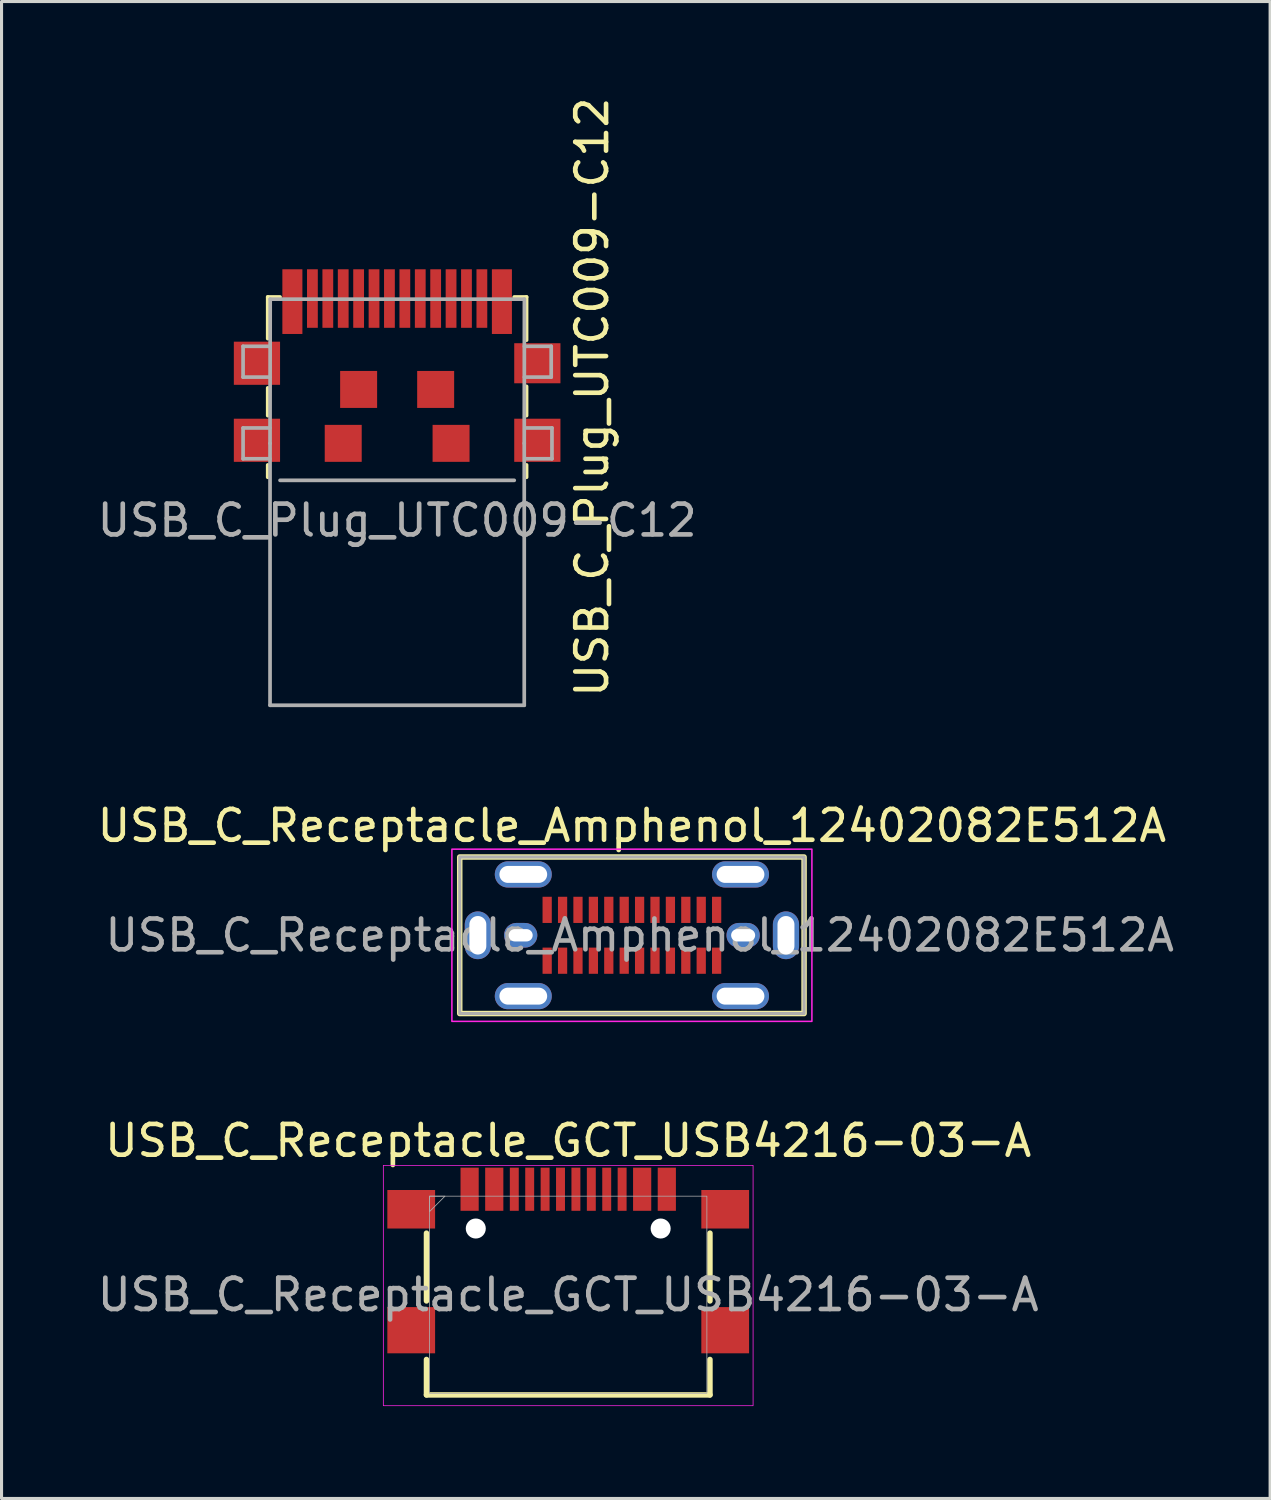
<source format=kicad_pcb>
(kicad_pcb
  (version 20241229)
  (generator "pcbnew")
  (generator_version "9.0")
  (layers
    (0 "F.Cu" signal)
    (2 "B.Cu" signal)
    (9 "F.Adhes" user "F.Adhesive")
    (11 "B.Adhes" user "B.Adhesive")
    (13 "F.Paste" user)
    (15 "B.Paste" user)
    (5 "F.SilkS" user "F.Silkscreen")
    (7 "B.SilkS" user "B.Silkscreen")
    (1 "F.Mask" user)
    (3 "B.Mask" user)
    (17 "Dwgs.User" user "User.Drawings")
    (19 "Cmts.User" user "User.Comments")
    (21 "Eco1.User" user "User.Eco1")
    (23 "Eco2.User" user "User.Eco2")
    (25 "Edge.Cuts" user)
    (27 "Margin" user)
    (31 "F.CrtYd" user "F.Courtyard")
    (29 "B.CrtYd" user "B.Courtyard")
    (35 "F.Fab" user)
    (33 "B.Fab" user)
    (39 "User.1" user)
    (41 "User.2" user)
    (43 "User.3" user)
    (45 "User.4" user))
  (footprint "USB_C_Plug_UTC009-C12"
    (layer "F.Cu")
    (at 9.839 6.839)
    (property "Reference" "USB_C_Plug_UTC009-C12" (at 6.325 3 90) (layer "F.SilkS") (effects (font (size 1 1) (thickness 0.15))))
    (attr smd)
    (fp_line (start -4.2 -0.25) (end -4.2 1.1) (stroke (width 0.12) (type solid)) (layer "F.SilkS"))
    (fp_line (start -4.2 2.7) (end -4.2 3.6) (stroke (width 0.12) (type solid)) (layer "F.SilkS"))
    (fp_line (start -4.2 5.2) (end -4.2 5.6) (stroke (width 0.12) (type solid)) (layer "F.SilkS"))
    (fp_line (start -3.8 -0.25) (end -4.2 -0.25) (stroke (width 0.12) (type solid)) (layer "F.SilkS"))
    (fp_line (start 4.2 -0.25) (end 3.8 -0.25) (stroke (width 0.12) (type solid)) (layer "F.SilkS"))
    (fp_line (start 4.2 1.15) (end 4.2 -0.25) (stroke (width 0.12) (type solid)) (layer "F.SilkS"))
    (fp_line (start 4.2 3.6) (end 4.2 2.65) (stroke (width 0.12) (type solid)) (layer "F.SilkS"))
    (fp_line (start 4.2 5.6) (end 4.2 5.2) (stroke (width 0.12) (type solid)) (layer "F.SilkS"))
    (fp_line (start -5 1.35) (end -4.13 1.35) (stroke (width 0.12) (type solid)) (layer "F.Fab"))
    (fp_line (start -5 2.35) (end -5 1.35) (stroke (width 0.12) (type solid)) (layer "F.Fab"))
    (fp_line (start -5 2.35) (end -4.13 2.35) (stroke (width 0.12) (type solid)) (layer "F.Fab"))
    (fp_line (start -5 4) (end -4.13 4) (stroke (width 0.12) (type solid)) (layer "F.Fab"))
    (fp_line (start -5 5) (end -5 4) (stroke (width 0.12) (type solid)) (layer "F.Fab"))
    (fp_line (start -5 5) (end -4.13 5) (stroke (width 0.12) (type solid)) (layer "F.Fab"))
    (fp_line (start -4.125 4.5) (end -4.125 13) (stroke (width 0.12) (type solid)) (layer "F.Fab"))
    (fp_line (start -4.125 4.5) (end -4.12 -0.18) (stroke (width 0.12) (type solid)) (layer "F.Fab"))
    (fp_line (start -4.125 13) (end 4.125 13) (stroke (width 0.12) (type solid)) (layer "F.Fab"))
    (fp_line (start -4.12 -0.18) (end 4.13 -0.18) (stroke (width 0.12) (type solid)) (layer "F.Fab"))
    (fp_line (start 3.8 5.7) (end -3.8 5.7) (stroke (width 0.12) (type solid)) (layer "F.Fab"))
    (fp_line (start 4.125 13) (end 4.125 4.5) (stroke (width 0.12) (type solid)) (layer "F.Fab"))
    (fp_line (start 4.13 -0.18) (end 4.125 4.5) (stroke (width 0.12) (type solid)) (layer "F.Fab"))
    (fp_line (start 5 1.35) (end 4.13 1.35) (stroke (width 0.12) (type solid)) (layer "F.Fab"))
    (fp_line (start 5 2.35) (end 4.13 2.35) (stroke (width 0.12) (type solid)) (layer "F.Fab"))
    (fp_line (start 5 2.35) (end 5 1.35) (stroke (width 0.12) (type solid)) (layer "F.Fab"))
    (fp_line (start 5.025 4) (end 4.155 4) (stroke (width 0.12) (type solid)) (layer "F.Fab"))
    (fp_line (start 5.025 5) (end 4.155 5) (stroke (width 0.12) (type solid)) (layer "F.Fab"))
    (fp_line (start 5.025 5) (end 5.025 4) (stroke (width 0.12) (type solid)) (layer "F.Fab"))
    (fp_text user "${REFERENCE}" (at 0 7 0) (unlocked yes) (layer "F.Fab") (effects (font (size 1 1) (thickness 0.15))))
    (pad "A1" smd rect (at 2.75 -0.2) (size 0.35 1.9) (layers "F.Cu" "F.Mask" "F.Paste"))
    (pad "A4" smd rect (at 1.25 -0.2) (size 0.35 1.9) (layers "F.Cu" "F.Mask" "F.Paste"))
    (pad "A5" smd rect (at 0.75 -0.2) (size 0.35 1.9) (layers "F.Cu" "F.Mask" "F.Paste"))
    (pad "A6" smd rect (at 0.25 -0.2) (size 0.35 1.9) (layers "F.Cu" "F.Mask" "F.Paste"))
    (pad "A7" smd rect (at -0.25 -0.2) (size 0.35 1.9) (layers "F.Cu" "F.Mask" "F.Paste"))
    (pad "A10" smd rect (at -1.75 -0.2) (size 0.35 1.9) (layers "F.Cu" "F.Mask" "F.Paste"))
    (pad "A11" smd rect (at -2.25 -0.2) (size 0.35 1.9) (layers "F.Cu" "F.Mask" "F.Paste"))
    (pad "B2" smd rect (at -2.75 -0.2) (size 0.35 1.9) (layers "F.Cu" "F.Mask" "F.Paste"))
    (pad "B3" smd rect (at -1.25 -0.2) (size 0.35 1.9) (layers "F.Cu" "F.Mask" "F.Paste"))
    (pad "B5" smd rect (at -0.75 -0.2) (size 0.35 1.9) (layers "F.Cu" "F.Mask" "F.Paste"))
    (pad "B9" smd rect (at 1.75 -0.2) (size 0.35 1.9) (layers "F.Cu" "F.Mask" "F.Paste"))
    (pad "B12" smd rect (at 2.25 -0.2) (size 0.35 1.9) (layers "F.Cu" "F.Mask" "F.Paste"))
    (pad "S1" smd rect (at -4.55 1.9) (size 1.5 1.4) (layers "F.Cu" "F.Mask" "F.Paste"))
    (pad "S1" smd rect (at -4.55 4.4) (size 1.5 1.4) (layers "F.Cu" "F.Mask" "F.Paste"))
    (pad "S1" smd rect (at -3.4 -0.1) (size 0.65 2.1) (layers "F.Cu" "F.Mask" "F.Paste"))
    (pad "S1" smd rect (at -1.75 4.5) (size 1.2 1.2) (layers "F.Cu" "F.Mask" "F.Paste"))
    (pad "S1" smd rect (at -1.25 2.75) (size 1.2 1.2) (layers "F.Cu" "F.Mask" "F.Paste"))
    (pad "S1" smd rect (at 1.25 2.75) (size 1.2 1.2) (layers "F.Cu" "F.Mask" "F.Paste"))
    (pad "S1" smd rect (at 1.75 4.5) (size 1.2 1.2) (layers "F.Cu" "F.Mask" "F.Paste"))
    (pad "S1" smd rect (at 3.4 -0.1) (size 0.65 2.1) (layers "F.Cu" "F.Mask" "F.Paste"))
    (pad "S1" smd rect (at 4.55 1.9) (size 1.5 1.3) (layers "F.Cu" "F.Mask" "F.Paste"))
    (pad "S1" smd rect (at 4.55 4.4) (size 1.5 1.4) (layers "F.Cu" "F.Mask" "F.Paste")))
  (footprint "USB_C_Receptacle_GCT_USB4216-03-A"
    (layer "F.Cu")
    (at 15.391 38.971)
    (property "Reference" "USB_C_Receptacle_GCT_USB4216-03-A" (at 0 -5 0) (layer "F.SilkS") (effects (font (size 1 1) (thickness 0.15))))
    (attr smd)
    (fp_line (start -4.6 -2) (end -4.6 0.2) (stroke (width 0.178) (type solid)) (layer "F.SilkS"))
    (fp_line (start -4.6 2.1) (end -4.6 3.25) (stroke (width 0.178) (type solid)) (layer "F.SilkS"))
    (fp_line (start -4.6 3.25) (end 4.6 3.25) (stroke (width 0.178) (type solid)) (layer "F.SilkS"))
    (fp_line (start 4.6 -2) (end 4.6 0.2) (stroke (width 0.178) (type solid)) (layer "F.SilkS"))
    (fp_line (start 4.6 2.1) (end 4.6 3.25) (stroke (width 0.178) (type solid)) (layer "F.SilkS"))
    (fp_rect (start -6 -4.2) (end 6 3.6) (stroke (width 0.025) (type solid)) (fill no) (layer "F.CrtYd"))
    (fp_rect (start -4.5 -3.2) (end 4.5 3.2) (stroke (width 0.025) (type solid)) (fill no) (layer "F.Fab"))
    (fp_poly (pts (xy -4.5 -3.2) (xy -4.5 -2.7) (xy -4 -3.2)) (stroke (width 0.025) (type solid)) (fill no) (layer "F.Fab"))
    (fp_text user "${REFERENCE}" (at 0 0 0) (unlocked yes) (layer "F.Fab") (effects (font (size 1.016 1.016) (thickness 0.152))))
    (pad "" np_thru_hole circle (at -3 -2.15) (size 0.65 0.65) (drill 0.65) (layers "*.Cu" "*.Mask"))
    (pad "" np_thru_hole circle (at 3 -2.15) (size 0.65 0.65) (drill 0.65) (layers "*.Cu" "*.Mask"))
    (pad "A1" smd rect (at -3.2 -3.425) (size 0.59 1.4) (layers "F.Cu" "F.Mask" "F.Paste"))
    (pad "A4" smd rect (at -2.4 -3.425) (size 0.59 1.4) (layers "F.Cu" "F.Mask" "F.Paste"))
    (pad "A5" smd rect (at -1.25 -3.425) (size 0.29 1.4) (layers "F.Cu" "F.Mask" "F.Paste"))
    (pad "A6" smd rect (at -0.25 -3.425) (size 0.29 1.4) (layers "F.Cu" "F.Mask" "F.Paste"))
    (pad "A7" smd rect (at 0.25 -3.425) (size 0.29 1.4) (layers "F.Cu" "F.Mask" "F.Paste"))
    (pad "A8" smd rect (at 1.25 -3.425) (size 0.29 1.4) (layers "F.Cu" "F.Mask" "F.Paste"))
    (pad "B1" smd rect (at 3.2 -3.425) (size 0.59 1.4) (layers "F.Cu" "F.Mask" "F.Paste"))
    (pad "B4" smd rect (at 2.4 -3.425) (size 0.59 1.4) (layers "F.Cu" "F.Mask" "F.Paste"))
    (pad "B5" smd rect (at 1.75 -3.425) (size 0.29 1.4) (layers "F.Cu" "F.Mask" "F.Paste"))
    (pad "B6" smd rect (at 0.75 -3.425) (size 0.29 1.4) (layers "F.Cu" "F.Mask" "F.Paste"))
    (pad "B7" smd rect (at -0.75 -3.425) (size 0.29 1.4) (layers "F.Cu" "F.Mask" "F.Paste"))
    (pad "B8" smd rect (at -1.75 -3.425) (size 0.29 1.4) (layers "F.Cu" "F.Mask" "F.Paste"))
    (pad "SH" smd rect (at -5.095 -2.775) (size 1.55 1.25) (layers "F.Cu" "F.Mask" "F.Paste"))
    (pad "SH" smd rect (at -5.095 1.15) (size 1.55 1.5) (layers "F.Cu" "F.Mask" "F.Paste"))
    (pad "SH" smd rect (at 5.095 -2.775) (size 1.55 1.25) (layers "F.Cu" "F.Mask" "F.Paste"))
    (pad "SH" smd rect (at 5.095 1.15) (size 1.55 1.5) (layers "F.Cu" "F.Mask" "F.Paste")))
  (footprint "USB_C_Receptacle_Amphenol_12402082E512A"
    (layer "F.Cu")
    (at 17.458 27.304)
    (property "Reference" "USB_C_Receptacle_Amphenol_12402082E512A" (at 0 -3.556 0) (unlocked yes) (layer "F.SilkS") (effects (font (size 1 1) (thickness 0.15))))
    (attr smd)
    (fp_rect (start -5.588 -2.54) (end 5.588 2.54) (stroke (width 0.178) (type solid)) (fill no) (layer "F.SilkS"))
    (fp_rect (start -5.842 -2.794) (end 5.842 2.794) (stroke (width 0.05) (type solid)) (fill no) (layer "F.CrtYd"))
    (fp_rect (start -5.588 -2.54) (end 5.588 2.54) (stroke (width 0.1) (type solid)) (fill no) (layer "F.Fab"))
    (fp_text user "${REFERENCE}" (at 0.254 0 0) (unlocked yes) (layer "F.Fab") (effects (font (size 1 1) (thickness 0.15))))
    (pad "A1" smd rect (at -2.75 -0.825) (size 0.3 0.85) (layers "F.Cu" "F.Mask" "F.Paste"))
    (pad "A2" smd rect (at -2.25 -0.825) (size 0.3 0.85) (layers "F.Cu" "F.Mask" "F.Paste"))
    (pad "A3" smd rect (at -1.75 -0.825) (size 0.3 0.85) (layers "F.Cu" "F.Mask" "F.Paste"))
    (pad "A4" smd rect (at -1.25 -0.825) (size 0.3 0.85) (layers "F.Cu" "F.Mask" "F.Paste"))
    (pad "A5" smd rect (at -0.75 -0.825) (size 0.3 0.85) (layers "F.Cu" "F.Mask" "F.Paste"))
    (pad "A6" smd rect (at -0.25 -0.825) (size 0.3 0.85) (layers "F.Cu" "F.Mask" "F.Paste"))
    (pad "A7" smd rect (at 0.25 -0.825) (size 0.3 0.85) (layers "F.Cu" "F.Mask" "F.Paste"))
    (pad "A8" smd rect (at 0.75 -0.825) (size 0.3 0.85) (layers "F.Cu" "F.Mask" "F.Paste"))
    (pad "A9" smd rect (at 1.25 -0.825) (size 0.3 0.85) (layers "F.Cu" "F.Mask" "F.Paste"))
    (pad "A10" smd rect (at 1.75 -0.825) (size 0.3 0.85) (layers "F.Cu" "F.Mask" "F.Paste"))
    (pad "A11" smd rect (at 2.25 -0.825) (size 0.3 0.85) (layers "F.Cu" "F.Mask" "F.Paste"))
    (pad "A12" smd rect (at 2.75 -0.825) (size 0.3 0.85) (layers "F.Cu" "F.Mask" "F.Paste"))
    (pad "B1" smd rect (at 2.75 0.825) (size 0.3 0.85) (layers "F.Cu" "F.Mask" "F.Paste"))
    (pad "B2" smd rect (at 2.25 0.825) (size 0.3 0.85) (layers "F.Cu" "F.Mask" "F.Paste"))
    (pad "B3" smd rect (at 1.75 0.825) (size 0.3 0.85) (layers "F.Cu" "F.Mask" "F.Paste"))
    (pad "B4" smd rect (at 1.25 0.825) (size 0.3 0.85) (layers "F.Cu" "F.Mask" "F.Paste"))
    (pad "B5" smd rect (at 0.75 0.825) (size 0.3 0.85) (layers "F.Cu" "F.Mask" "F.Paste"))
    (pad "B6" smd rect (at 0.25 0.825) (size 0.3 0.85) (layers "F.Cu" "F.Mask" "F.Paste"))
    (pad "B7" smd rect (at -0.25 0.825) (size 0.3 0.85) (layers "F.Cu" "F.Mask" "F.Paste"))
    (pad "B8" smd rect (at -0.75 0.825) (size 0.3 0.85) (layers "F.Cu" "F.Mask" "F.Paste"))
    (pad "B9" smd rect (at -1.25 0.825) (size 0.3 0.85) (layers "F.Cu" "F.Mask" "F.Paste"))
    (pad "B10" smd rect (at -1.75 0.825) (size 0.3 0.85) (layers "F.Cu" "F.Mask" "F.Paste"))
    (pad "B11" smd rect (at -2.25 0.825) (size 0.3 0.85) (layers "F.Cu" "F.Mask" "F.Paste"))
    (pad "B12" smd rect (at -2.75 0.825) (size 0.3 0.85) (layers "F.Cu" "F.Mask" "F.Paste"))
    (pad "SH" thru_hole oval (at -5 0) (size 0.85 1.55) (drill oval 0.55 1.25) (layers "*.Cu" "*.Mask"))
    (pad "SH" thru_hole oval (at -3.61 0) (size 1.08 0.8) (drill oval 0.78 0.4) (layers "*.Cu" "*.Mask"))
    (pad "SH" thru_hole oval (at -3.525 -1.975) (size 1.85 0.85) (drill oval 1.55 0.55) (layers "*.Cu" "*.Mask"))
    (pad "SH" thru_hole oval (at -3.525 1.975) (size 1.85 0.85) (drill oval 1.55 0.55) (layers "*.Cu" "*.Mask"))
    (pad "SH" thru_hole oval (at 3.525 -1.975) (size 1.85 0.85) (drill oval 1.55 0.55) (layers "*.Cu" "*.Mask"))
    (pad "SH" thru_hole oval (at 3.525 1.975) (size 1.85 0.85) (drill oval 1.55 0.55) (layers "*.Cu" "*.Mask"))
    (pad "SH" thru_hole oval (at 3.61 0) (size 1.08 0.8) (drill oval 0.78 0.4) (layers "*.Cu" "*.Mask"))
    (pad "SH" thru_hole oval (at 5 0) (size 0.85 1.55) (drill oval 0.55 1.25) (layers "*.Cu" "*.Mask")))
  (gr_rect
    (start -3 -3)
    (end 38.171 45.583)
    (stroke (width 0.1) (type default))
    (fill no)
    (layer "Edge.Cuts")))
</source>
